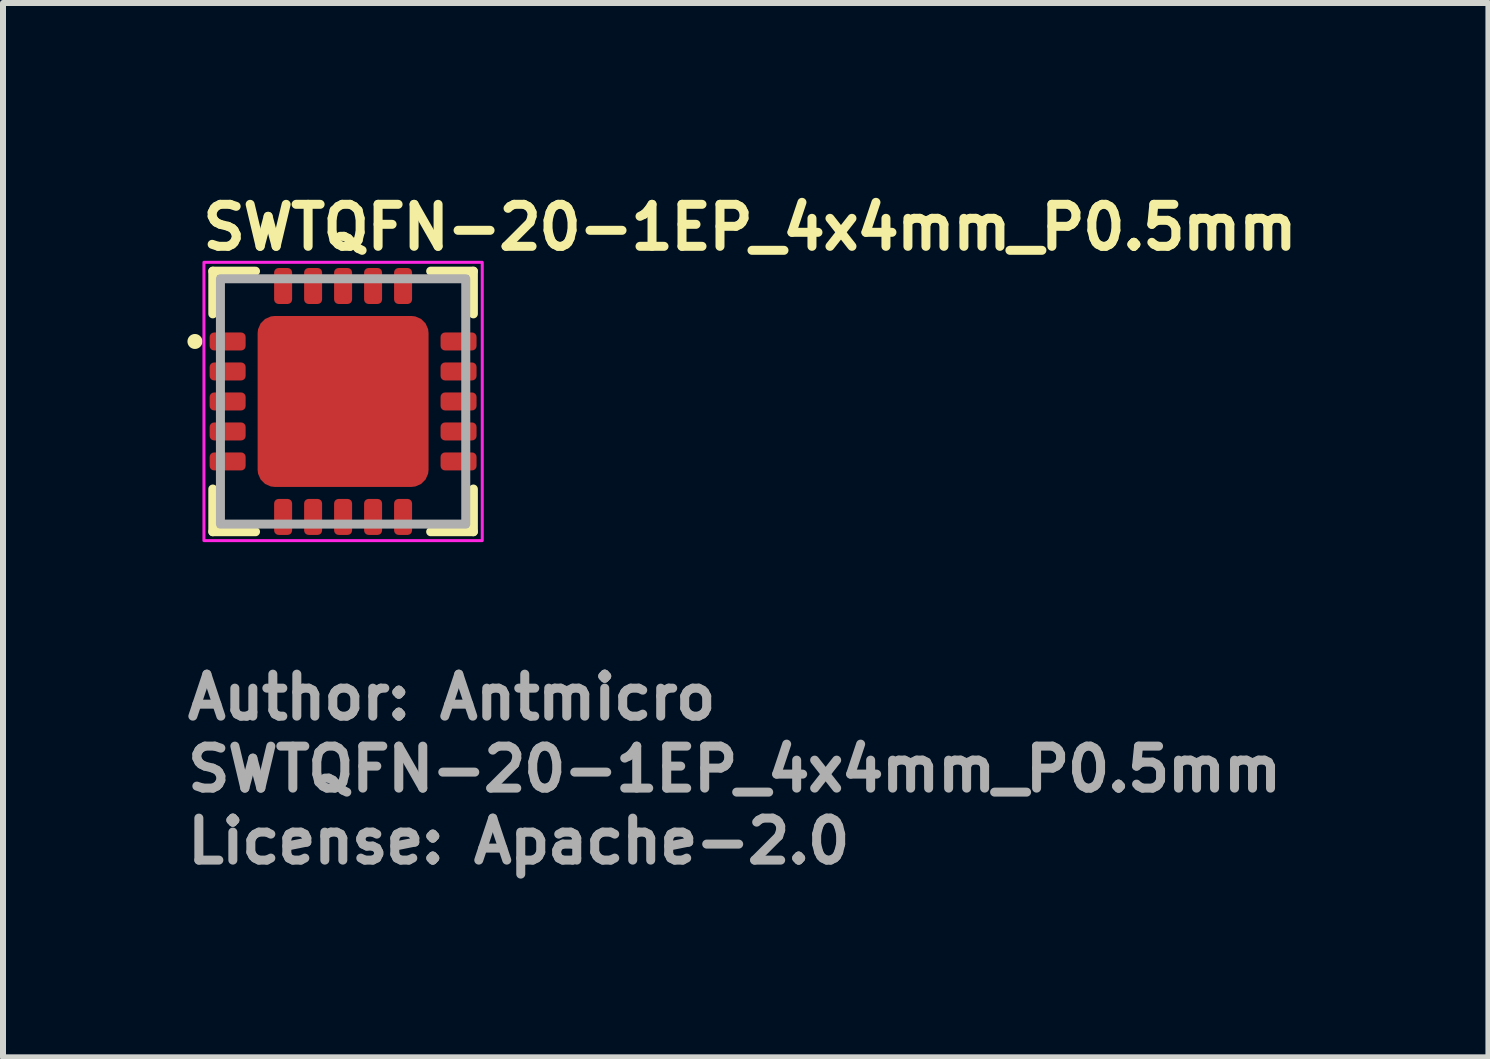
<source format=kicad_pcb>
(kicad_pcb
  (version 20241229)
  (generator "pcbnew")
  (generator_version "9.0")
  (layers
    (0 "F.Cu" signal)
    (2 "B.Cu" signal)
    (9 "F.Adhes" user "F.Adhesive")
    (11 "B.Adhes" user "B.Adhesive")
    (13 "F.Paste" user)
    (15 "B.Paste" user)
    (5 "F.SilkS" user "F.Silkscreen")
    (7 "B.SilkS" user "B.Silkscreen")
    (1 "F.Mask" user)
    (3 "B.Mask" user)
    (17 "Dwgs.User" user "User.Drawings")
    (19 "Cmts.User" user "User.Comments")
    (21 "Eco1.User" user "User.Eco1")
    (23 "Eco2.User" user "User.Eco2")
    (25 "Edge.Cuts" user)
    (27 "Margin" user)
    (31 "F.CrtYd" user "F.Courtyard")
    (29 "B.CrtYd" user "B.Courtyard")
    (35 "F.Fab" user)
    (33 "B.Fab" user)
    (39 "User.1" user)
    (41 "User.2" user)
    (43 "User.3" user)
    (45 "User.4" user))
  (footprint "SWTQFN-20-1EP_4x4mm_P0.5mm"
    (layer "F.Cu")
    (at 2.67 3.643)
    (property "Reference" "SWTQFN-20-1EP_4x4mm_P0.5mm" (at -2.415 -2.493 0) (unlocked yes) (layer "F.SilkS") (effects (font (size 0.7 0.7) (thickness 0.15)) (justify left bottom)))
    (attr smd)
    (fp_line (start -2.172 -2.172) (end -2.172 -1.46) (stroke (width 0.15) (type solid)) (layer "F.SilkS"))
    (fp_line (start -2.172 1.46) (end -2.172 2.172) (stroke (width 0.15) (type solid)) (layer "F.SilkS"))
    (fp_line (start -2.172 2.172) (end -1.46 2.172) (stroke (width 0.15) (type solid)) (layer "F.SilkS"))
    (fp_line (start -1.46 -2.172) (end -2.172 -2.172) (stroke (width 0.15) (type solid)) (layer "F.SilkS"))
    (fp_line (start 1.46 2.172) (end 2.172 2.172) (stroke (width 0.15) (type solid)) (layer "F.SilkS"))
    (fp_line (start 2.172 -2.172) (end 1.46 -2.172) (stroke (width 0.15) (type solid)) (layer "F.SilkS"))
    (fp_line (start 2.172 -1.46) (end 2.172 -2.172) (stroke (width 0.15) (type solid)) (layer "F.SilkS"))
    (fp_line (start 2.172 2.172) (end 2.172 1.46) (stroke (width 0.15) (type solid)) (layer "F.SilkS"))
    (fp_circle (center -2.47 -1) (end -2.42 -1) (stroke (width 0.15) (type solid)) (fill yes) (layer "F.SilkS"))
    (fp_rect (start -2.32 -2.32) (end 2.32 2.32) (stroke (width 0.05) (type solid)) (fill no) (layer "F.CrtYd"))
    (fp_rect (start -2.045 -2.045) (end 2.045 2.045) (stroke (width 0.15) (type solid)) (fill no) (layer "F.Fab"))
    (fp_rect (start -2.045 -2.045) (end 2.045 2.045) (stroke (width 0.1) (type solid)) (fill no) (layer "User.5"))
    (fp_line (start -2.045 -2.045) (end -2.045 2.045) (stroke (width 0.02) (type solid)) (layer "User.9"))
    (fp_line (start -2.045 2.045) (end 2.045 2.045) (stroke (width 0.02) (type solid)) (layer "User.9"))
    (fp_line (start -1.738 -1) (end -1.734 -0.972) (stroke (width 0.02) (type solid)) (layer "User.9"))
    (fp_line (start -1.734 -1.028) (end -1.738 -1) (stroke (width 0.02) (type solid)) (layer "User.9"))
    (fp_line (start -1.734 -0.972) (end -1.723 -0.947) (stroke (width 0.02) (type solid)) (layer "User.9"))
    (fp_line (start -1.723 -1.053) (end -1.734 -1.028) (stroke (width 0.02) (type solid)) (layer "User.9"))
    (fp_line (start -1.723 -0.947) (end -1.706 -0.925) (stroke (width 0.02) (type solid)) (layer "User.9"))
    (fp_line (start -1.706 -1.075) (end -1.723 -1.053) (stroke (width 0.02) (type solid)) (layer "User.9"))
    (fp_line (start -1.706 -0.925) (end -1.683 -0.909) (stroke (width 0.02) (type solid)) (layer "User.9"))
    (fp_line (start -1.683 -1.091) (end -1.706 -1.075) (stroke (width 0.02) (type solid)) (layer "User.9"))
    (fp_line (start -1.683 -0.909) (end -1.657 -0.9) (stroke (width 0.02) (type solid)) (layer "User.9"))
    (fp_line (start -1.657 -1.1) (end -1.683 -1.091) (stroke (width 0.02) (type solid)) (layer "User.9"))
    (fp_line (start -1.657 -0.9) (end -1.629 -0.898) (stroke (width 0.02) (type solid)) (layer "User.9"))
    (fp_line (start -1.629 -1.102) (end -1.657 -1.1) (stroke (width 0.02) (type solid)) (layer "User.9"))
    (fp_line (start -1.629 -0.898) (end -1.602 -0.904) (stroke (width 0.02) (type solid)) (layer "User.9"))
    (fp_line (start -1.602 -1.096) (end -1.629 -1.102) (stroke (width 0.02) (type solid)) (layer "User.9"))
    (fp_line (start -1.602 -0.904) (end -1.577 -0.916) (stroke (width 0.02) (type solid)) (layer "User.9"))
    (fp_line (start -1.577 -1.084) (end -1.602 -1.096) (stroke (width 0.02) (type solid)) (layer "User.9"))
    (fp_line (start -1.577 -0.916) (end -1.557 -0.935) (stroke (width 0.02) (type solid)) (layer "User.9"))
    (fp_line (start -1.557 -1.065) (end -1.577 -1.084) (stroke (width 0.02) (type solid)) (layer "User.9"))
    (fp_line (start -1.557 -0.935) (end -1.542 -0.959) (stroke (width 0.02) (type solid)) (layer "User.9"))
    (fp_line (start -1.542 -1.041) (end -1.557 -1.065) (stroke (width 0.02) (type solid)) (layer "User.9"))
    (fp_line (start -1.542 -0.959) (end -1.535 -0.986) (stroke (width 0.02) (type solid)) (layer "User.9"))
    (fp_line (start -1.535 -1.014) (end -1.542 -1.041) (stroke (width 0.02) (type solid)) (layer "User.9"))
    (fp_line (start -1.535 -0.986) (end -1.535 -1.014) (stroke (width 0.02) (type solid)) (layer "User.9"))
    (fp_line (start 2.045 -2.045) (end -2.045 -2.045) (stroke (width 0.02) (type solid)) (layer "User.9"))
    (fp_line (start 2.045 2.045) (end 2.045 -2.045) (stroke (width 0.02) (type solid)) (layer "User.9"))
    (fp_text user "License: Apache-2.0" (at -2.67 7.74 0) (layer "F.Fab") (effects (font (size 0.7 0.7) (thickness 0.15)) (justify left bottom)))
    (fp_text user "Author: Antmicro" (at -2.67 5.34 0) (layer "F.Fab") (effects (font (size 0.7 0.7) (thickness 0.15)) (justify left bottom)))
    (fp_text user "${REFERENCE}" (at -2.67 6.54 0) (layer "F.Fab") (effects (font (size 0.7 0.7) (thickness 0.15)) (justify left bottom)))
    (pad "1" smd roundrect (at -1.925 -1 90) (size 0.3 0.6) (layers "F.Cu" "F.Mask" "F.Paste") (roundrect_rratio 0.25))
    (pad "2" smd roundrect (at -1.925 -0.5 90) (size 0.3 0.6) (layers "F.Cu" "F.Mask" "F.Paste") (roundrect_rratio 0.25))
    (pad "3" smd roundrect (at -1.925 0 90) (size 0.3 0.6) (layers "F.Cu" "F.Mask" "F.Paste") (roundrect_rratio 0.25))
    (pad "4" smd roundrect (at -1.925 0.5 90) (size 0.3 0.6) (layers "F.Cu" "F.Mask" "F.Paste") (roundrect_rratio 0.25))
    (pad "5" smd roundrect (at -1.925 1 90) (size 0.3 0.6) (layers "F.Cu" "F.Mask" "F.Paste") (roundrect_rratio 0.25))
    (pad "6" smd roundrect (at -1 1.925) (size 0.3 0.6) (layers "F.Cu" "F.Mask" "F.Paste") (roundrect_rratio 0.25))
    (pad "7" smd roundrect (at -0.5 1.925) (size 0.3 0.6) (layers "F.Cu" "F.Mask" "F.Paste") (roundrect_rratio 0.25))
    (pad "8" smd roundrect (at 0 1.925) (size 0.3 0.6) (layers "F.Cu" "F.Mask" "F.Paste") (roundrect_rratio 0.25))
    (pad "9" smd roundrect (at 0.5 1.925) (size 0.3 0.6) (layers "F.Cu" "F.Mask" "F.Paste") (roundrect_rratio 0.25))
    (pad "10" smd roundrect (at 1 1.925) (size 0.3 0.6) (layers "F.Cu" "F.Mask" "F.Paste") (roundrect_rratio 0.25))
    (pad "11" smd roundrect (at 1.925 1 90) (size 0.3 0.6) (layers "F.Cu" "F.Mask" "F.Paste") (roundrect_rratio 0.25))
    (pad "12" smd roundrect (at 1.925 0.5 90) (size 0.3 0.6) (layers "F.Cu" "F.Mask" "F.Paste") (roundrect_rratio 0.25))
    (pad "13" smd roundrect (at 1.925 0 90) (size 0.3 0.6) (layers "F.Cu" "F.Mask" "F.Paste") (roundrect_rratio 0.25))
    (pad "14" smd roundrect (at 1.925 -0.5 90) (size 0.3 0.6) (layers "F.Cu" "F.Mask" "F.Paste") (roundrect_rratio 0.25))
    (pad "15" smd roundrect (at 1.925 -1 90) (size 0.3 0.6) (layers "F.Cu" "F.Mask" "F.Paste") (roundrect_rratio 0.25))
    (pad "16" smd roundrect (at 1 -1.925) (size 0.3 0.6) (layers "F.Cu" "F.Mask" "F.Paste") (roundrect_rratio 0.25))
    (pad "17" smd roundrect (at 0.5 -1.925) (size 0.3 0.6) (layers "F.Cu" "F.Mask" "F.Paste") (roundrect_rratio 0.25))
    (pad "18" smd roundrect (at 0 -1.925) (size 0.3 0.6) (layers "F.Cu" "F.Mask" "F.Paste") (roundrect_rratio 0.25))
    (pad "19" smd roundrect (at -0.5 -1.925) (size 0.3 0.6) (layers "F.Cu" "F.Mask" "F.Paste") (roundrect_rratio 0.25))
    (pad "20" smd roundrect (at -1 -1.925) (size 0.3 0.6) (layers "F.Cu" "F.Mask" "F.Paste") (roundrect_rratio 0.25))
    (pad "21" smd roundrect (at 0 0) (size 2.85 2.85) (layers "F.Cu" "F.Mask" "F.Paste") (roundrect_rratio 0.1)))
  (gr_rect
    (start -3 -3)
    (end 21.765 14.578)
    (stroke (width 0.1) (type default))
    (fill no)
    (layer "Edge.Cuts")))
</source>
